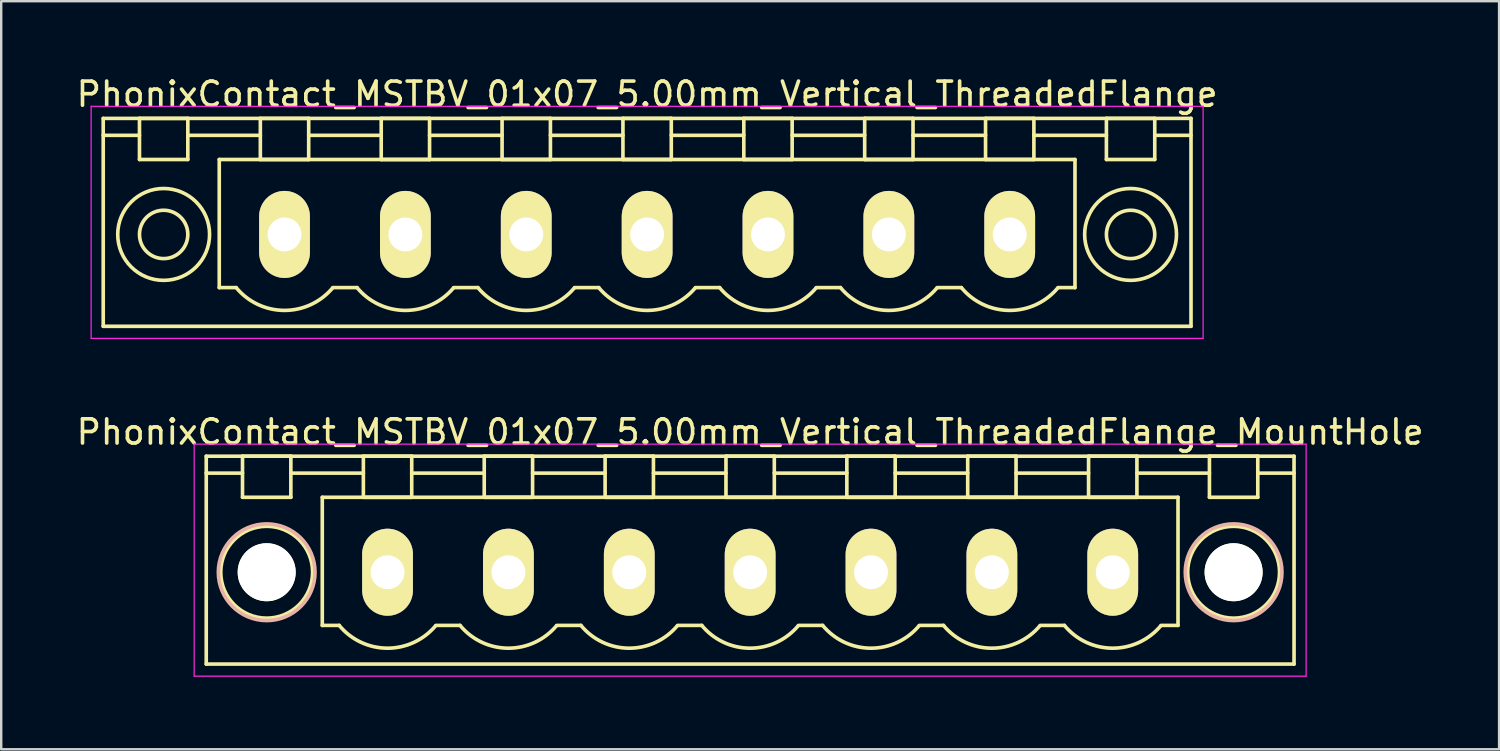
<source format=kicad_pcb>
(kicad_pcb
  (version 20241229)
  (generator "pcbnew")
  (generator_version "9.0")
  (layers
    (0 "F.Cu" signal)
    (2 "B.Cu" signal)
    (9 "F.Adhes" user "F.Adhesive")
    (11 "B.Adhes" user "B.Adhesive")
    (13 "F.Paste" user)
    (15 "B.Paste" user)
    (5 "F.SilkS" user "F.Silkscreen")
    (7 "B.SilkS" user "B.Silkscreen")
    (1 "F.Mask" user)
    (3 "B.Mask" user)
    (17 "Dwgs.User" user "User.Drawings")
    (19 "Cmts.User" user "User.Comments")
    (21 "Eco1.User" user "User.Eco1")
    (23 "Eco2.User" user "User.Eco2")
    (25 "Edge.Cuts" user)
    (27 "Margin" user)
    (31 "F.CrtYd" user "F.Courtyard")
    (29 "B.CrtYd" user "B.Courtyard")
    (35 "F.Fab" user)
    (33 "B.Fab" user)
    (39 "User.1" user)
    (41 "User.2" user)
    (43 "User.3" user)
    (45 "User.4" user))
  (footprint "PhonixContact_MSTBV_01x07_5.00mm_Vertical_ThreadedFlange"
    (layer "F.Cu")
    (at 8.72 6.648)
    (property "Reference" "PhonixContact_MSTBV_01x07_5.00mm_Vertical_ThreadedFlange" (at 15 -5.8 0) (layer "F.SilkS") (effects (font (size 1 1) (thickness 0.15))))
    (attr through_hole)
    (fp_line (start -7.5 -4.8) (end -7.5 3.8) (stroke (width 0.15) (type solid)) (layer "F.SilkS"))
    (fp_line (start -7.5 -4.1) (end -6 -4.1) (stroke (width 0.15) (type solid)) (layer "F.SilkS"))
    (fp_line (start -7.5 3.8) (end 37.5 3.8) (stroke (width 0.15) (type solid)) (layer "F.SilkS"))
    (fp_line (start -6 -4.8) (end -4 -4.8) (stroke (width 0.15) (type solid)) (layer "F.SilkS"))
    (fp_line (start -6 -3.1) (end -6 -4.8) (stroke (width 0.15) (type solid)) (layer "F.SilkS"))
    (fp_line (start -4 -4.8) (end -4 -3.1) (stroke (width 0.15) (type solid)) (layer "F.SilkS"))
    (fp_line (start -4 -4.1) (end -1 -4.1) (stroke (width 0.15) (type solid)) (layer "F.SilkS"))
    (fp_line (start -4 -3.1) (end -6 -3.1) (stroke (width 0.15) (type solid)) (layer "F.SilkS"))
    (fp_line (start -2.7 -3.1) (end 32.7 -3.1) (stroke (width 0.15) (type solid)) (layer "F.SilkS"))
    (fp_line (start -2.7 2.2) (end -2.7 -3.1) (stroke (width 0.15) (type solid)) (layer "F.SilkS"))
    (fp_line (start -2 2.2) (end -2.7 2.2) (stroke (width 0.15) (type solid)) (layer "F.SilkS"))
    (fp_line (start -1 -4.8) (end 1 -4.8) (stroke (width 0.15) (type solid)) (layer "F.SilkS"))
    (fp_line (start -1 -3.1) (end -1 -4.8) (stroke (width 0.15) (type solid)) (layer "F.SilkS"))
    (fp_line (start 1 -4.8) (end 1 -3.1) (stroke (width 0.15) (type solid)) (layer "F.SilkS"))
    (fp_line (start 1 -4.1) (end 4 -4.1) (stroke (width 0.15) (type solid)) (layer "F.SilkS"))
    (fp_line (start 1 -3.1) (end -1 -3.1) (stroke (width 0.15) (type solid)) (layer "F.SilkS"))
    (fp_line (start 2 2.2) (end 3 2.2) (stroke (width 0.15) (type solid)) (layer "F.SilkS"))
    (fp_line (start 4 -4.8) (end 6 -4.8) (stroke (width 0.15) (type solid)) (layer "F.SilkS"))
    (fp_line (start 4 -3.1) (end 4 -4.8) (stroke (width 0.15) (type solid)) (layer "F.SilkS"))
    (fp_line (start 6 -4.8) (end 6 -3.1) (stroke (width 0.15) (type solid)) (layer "F.SilkS"))
    (fp_line (start 6 -4.1) (end 9 -4.1) (stroke (width 0.15) (type solid)) (layer "F.SilkS"))
    (fp_line (start 6 -3.1) (end 4 -3.1) (stroke (width 0.15) (type solid)) (layer "F.SilkS"))
    (fp_line (start 7 2.2) (end 8 2.2) (stroke (width 0.15) (type solid)) (layer "F.SilkS"))
    (fp_line (start 9 -4.8) (end 11 -4.8) (stroke (width 0.15) (type solid)) (layer "F.SilkS"))
    (fp_line (start 9 -3.1) (end 9 -4.8) (stroke (width 0.15) (type solid)) (layer "F.SilkS"))
    (fp_line (start 11 -4.8) (end 11 -3.1) (stroke (width 0.15) (type solid)) (layer "F.SilkS"))
    (fp_line (start 11 -4.1) (end 14 -4.1) (stroke (width 0.15) (type solid)) (layer "F.SilkS"))
    (fp_line (start 11 -3.1) (end 9 -3.1) (stroke (width 0.15) (type solid)) (layer "F.SilkS"))
    (fp_line (start 12 2.2) (end 13 2.2) (stroke (width 0.15) (type solid)) (layer "F.SilkS"))
    (fp_line (start 14 -4.8) (end 16 -4.8) (stroke (width 0.15) (type solid)) (layer "F.SilkS"))
    (fp_line (start 14 -3.1) (end 14 -4.8) (stroke (width 0.15) (type solid)) (layer "F.SilkS"))
    (fp_line (start 16 -4.8) (end 16 -3.1) (stroke (width 0.15) (type solid)) (layer "F.SilkS"))
    (fp_line (start 16 -4.1) (end 19 -4.1) (stroke (width 0.15) (type solid)) (layer "F.SilkS"))
    (fp_line (start 16 -3.1) (end 14 -3.1) (stroke (width 0.15) (type solid)) (layer "F.SilkS"))
    (fp_line (start 17 2.2) (end 18 2.2) (stroke (width 0.15) (type solid)) (layer "F.SilkS"))
    (fp_line (start 19 -4.8) (end 21 -4.8) (stroke (width 0.15) (type solid)) (layer "F.SilkS"))
    (fp_line (start 19 -3.1) (end 19 -4.8) (stroke (width 0.15) (type solid)) (layer "F.SilkS"))
    (fp_line (start 21 -4.8) (end 21 -3.1) (stroke (width 0.15) (type solid)) (layer "F.SilkS"))
    (fp_line (start 21 -4.1) (end 24 -4.1) (stroke (width 0.15) (type solid)) (layer "F.SilkS"))
    (fp_line (start 21 -3.1) (end 19 -3.1) (stroke (width 0.15) (type solid)) (layer "F.SilkS"))
    (fp_line (start 22 2.2) (end 23 2.2) (stroke (width 0.15) (type solid)) (layer "F.SilkS"))
    (fp_line (start 24 -4.8) (end 26 -4.8) (stroke (width 0.15) (type solid)) (layer "F.SilkS"))
    (fp_line (start 24 -3.1) (end 24 -4.8) (stroke (width 0.15) (type solid)) (layer "F.SilkS"))
    (fp_line (start 26 -4.8) (end 26 -3.1) (stroke (width 0.15) (type solid)) (layer "F.SilkS"))
    (fp_line (start 26 -4.1) (end 29 -4.1) (stroke (width 0.15) (type solid)) (layer "F.SilkS"))
    (fp_line (start 26 -3.1) (end 24 -3.1) (stroke (width 0.15) (type solid)) (layer "F.SilkS"))
    (fp_line (start 27 2.2) (end 28 2.2) (stroke (width 0.15) (type solid)) (layer "F.SilkS"))
    (fp_line (start 29 -4.8) (end 31 -4.8) (stroke (width 0.15) (type solid)) (layer "F.SilkS"))
    (fp_line (start 29 -3.1) (end 29 -4.8) (stroke (width 0.15) (type solid)) (layer "F.SilkS"))
    (fp_line (start 31 -4.8) (end 31 -3.1) (stroke (width 0.15) (type solid)) (layer "F.SilkS"))
    (fp_line (start 31 -4.1) (end 34 -4.1) (stroke (width 0.15) (type solid)) (layer "F.SilkS"))
    (fp_line (start 31 -3.1) (end 29 -3.1) (stroke (width 0.15) (type solid)) (layer "F.SilkS"))
    (fp_line (start 32.7 -3.1) (end 32.7 2.2) (stroke (width 0.15) (type solid)) (layer "F.SilkS"))
    (fp_line (start 32.7 2.2) (end 32 2.2) (stroke (width 0.15) (type solid)) (layer "F.SilkS"))
    (fp_line (start 34 -4.8) (end 36 -4.8) (stroke (width 0.15) (type solid)) (layer "F.SilkS"))
    (fp_line (start 34 -3.1) (end 34 -4.8) (stroke (width 0.15) (type solid)) (layer "F.SilkS"))
    (fp_line (start 36 -4.8) (end 36 -3.1) (stroke (width 0.15) (type solid)) (layer "F.SilkS"))
    (fp_line (start 36 -3.1) (end 34 -3.1) (stroke (width 0.15) (type solid)) (layer "F.SilkS"))
    (fp_line (start 37.5 -4.8) (end -7.5 -4.8) (stroke (width 0.15) (type solid)) (layer "F.SilkS"))
    (fp_line (start 37.5 -4.1) (end 36 -4.1) (stroke (width 0.15) (type solid)) (layer "F.SilkS"))
    (fp_line (start 37.5 3.8) (end 37.5 -4.8) (stroke (width 0.15) (type solid)) (layer "F.SilkS"))
    (fp_arc (start 1.986842 2.215821) (mid -0.010289 3.142758) (end -2 2.2) (stroke (width 0.15) (type solid)) (layer "F.SilkS"))
    (fp_arc (start 6.986842 2.215821) (mid 4.989711 3.142758) (end 3 2.2) (stroke (width 0.15) (type solid)) (layer "F.SilkS"))
    (fp_arc (start 11.986842 2.215821) (mid 9.989711 3.142758) (end 8 2.2) (stroke (width 0.15) (type solid)) (layer "F.SilkS"))
    (fp_arc (start 16.986842 2.215821) (mid 14.989711 3.142758) (end 13 2.2) (stroke (width 0.15) (type solid)) (layer "F.SilkS"))
    (fp_arc (start 21.986842 2.215821) (mid 19.989711 3.142758) (end 18 2.2) (stroke (width 0.15) (type solid)) (layer "F.SilkS"))
    (fp_arc (start 26.986842 2.215821) (mid 24.989711 3.142758) (end 23 2.2) (stroke (width 0.15) (type solid)) (layer "F.SilkS"))
    (fp_arc (start 31.986842 2.215821) (mid 29.989711 3.142758) (end 28 2.2) (stroke (width 0.15) (type solid)) (layer "F.SilkS"))
    (fp_circle (center -5 0) (end -4 0) (stroke (width 0.15) (type solid)) (fill no) (layer "F.SilkS"))
    (fp_circle (center -5 0) (end -3.1 0) (stroke (width 0.15) (type solid)) (fill no) (layer "F.SilkS"))
    (fp_circle (center 35 0) (end 36 0) (stroke (width 0.15) (type solid)) (fill no) (layer "F.SilkS"))
    (fp_circle (center 35 0) (end 36.9 0) (stroke (width 0.15) (type solid)) (fill no) (layer "F.SilkS"))
    (fp_line (start -8 -5.3) (end -8 4.3) (stroke (width 0.05) (type solid)) (layer "F.CrtYd"))
    (fp_line (start -8 4.3) (end 38 4.3) (stroke (width 0.05) (type solid)) (layer "F.CrtYd"))
    (fp_line (start 38 -5.3) (end -8 -5.3) (stroke (width 0.05) (type solid)) (layer "F.CrtYd"))
    (fp_line (start 38 4.3) (end 38 -5.3) (stroke (width 0.05) (type solid)) (layer "F.CrtYd"))
    (pad "1" thru_hole oval (at 0 0) (size 2.1 3.6) (drill 1.4) (layers "*.Cu" "*.Mask" "F.SilkS"))
    (pad "2" thru_hole oval (at 5 0) (size 2.1 3.6) (drill 1.4) (layers "*.Cu" "*.Mask" "F.SilkS"))
    (pad "3" thru_hole oval (at 10 0) (size 2.1 3.6) (drill 1.4) (layers "*.Cu" "*.Mask" "F.SilkS"))
    (pad "4" thru_hole oval (at 15 0) (size 2.1 3.6) (drill 1.4) (layers "*.Cu" "*.Mask" "F.SilkS"))
    (pad "5" thru_hole oval (at 20 0) (size 2.1 3.6) (drill 1.4) (layers "*.Cu" "*.Mask" "F.SilkS"))
    (pad "6" thru_hole oval (at 25 0) (size 2.1 3.6) (drill 1.4) (layers "*.Cu" "*.Mask" "F.SilkS"))
    (pad "7" thru_hole oval (at 30 0) (size 2.1 3.6) (drill 1.4) (layers "*.Cu" "*.Mask" "F.SilkS")))
  (footprint "PhonixContact_MSTBV_01x07_5.00mm_Vertical_ThreadedFlange_MountHole"
    (layer "F.Cu")
    (at 12.982 20.622)
    (property "Reference" "PhonixContact_MSTBV_01x07_5.00mm_Vertical_ThreadedFlange_MountHole" (at 15 -5.8 0) (layer "F.SilkS") (effects (font (size 1 1) (thickness 0.15))))
    (attr through_hole)
    (fp_line (start -7.5 -4.8) (end -7.5 3.8) (stroke (width 0.15) (type solid)) (layer "F.SilkS"))
    (fp_line (start -7.5 -4.1) (end -6 -4.1) (stroke (width 0.15) (type solid)) (layer "F.SilkS"))
    (fp_line (start -7.5 3.8) (end 37.5 3.8) (stroke (width 0.15) (type solid)) (layer "F.SilkS"))
    (fp_line (start -6 -4.8) (end -4 -4.8) (stroke (width 0.15) (type solid)) (layer "F.SilkS"))
    (fp_line (start -6 -3.1) (end -6 -4.8) (stroke (width 0.15) (type solid)) (layer "F.SilkS"))
    (fp_line (start -4 -4.8) (end -4 -3.1) (stroke (width 0.15) (type solid)) (layer "F.SilkS"))
    (fp_line (start -4 -4.1) (end -1 -4.1) (stroke (width 0.15) (type solid)) (layer "F.SilkS"))
    (fp_line (start -4 -3.1) (end -6 -3.1) (stroke (width 0.15) (type solid)) (layer "F.SilkS"))
    (fp_line (start -2.7 -3.1) (end 32.7 -3.1) (stroke (width 0.15) (type solid)) (layer "F.SilkS"))
    (fp_line (start -2.7 2.2) (end -2.7 -3.1) (stroke (width 0.15) (type solid)) (layer "F.SilkS"))
    (fp_line (start -2 2.2) (end -2.7 2.2) (stroke (width 0.15) (type solid)) (layer "F.SilkS"))
    (fp_line (start -1 -4.8) (end 1 -4.8) (stroke (width 0.15) (type solid)) (layer "F.SilkS"))
    (fp_line (start -1 -3.1) (end -1 -4.8) (stroke (width 0.15) (type solid)) (layer "F.SilkS"))
    (fp_line (start 1 -4.8) (end 1 -3.1) (stroke (width 0.15) (type solid)) (layer "F.SilkS"))
    (fp_line (start 1 -4.1) (end 4 -4.1) (stroke (width 0.15) (type solid)) (layer "F.SilkS"))
    (fp_line (start 1 -3.1) (end -1 -3.1) (stroke (width 0.15) (type solid)) (layer "F.SilkS"))
    (fp_line (start 2 2.2) (end 3 2.2) (stroke (width 0.15) (type solid)) (layer "F.SilkS"))
    (fp_line (start 4 -4.8) (end 6 -4.8) (stroke (width 0.15) (type solid)) (layer "F.SilkS"))
    (fp_line (start 4 -3.1) (end 4 -4.8) (stroke (width 0.15) (type solid)) (layer "F.SilkS"))
    (fp_line (start 6 -4.8) (end 6 -3.1) (stroke (width 0.15) (type solid)) (layer "F.SilkS"))
    (fp_line (start 6 -4.1) (end 9 -4.1) (stroke (width 0.15) (type solid)) (layer "F.SilkS"))
    (fp_line (start 6 -3.1) (end 4 -3.1) (stroke (width 0.15) (type solid)) (layer "F.SilkS"))
    (fp_line (start 7 2.2) (end 8 2.2) (stroke (width 0.15) (type solid)) (layer "F.SilkS"))
    (fp_line (start 9 -4.8) (end 11 -4.8) (stroke (width 0.15) (type solid)) (layer "F.SilkS"))
    (fp_line (start 9 -3.1) (end 9 -4.8) (stroke (width 0.15) (type solid)) (layer "F.SilkS"))
    (fp_line (start 11 -4.8) (end 11 -3.1) (stroke (width 0.15) (type solid)) (layer "F.SilkS"))
    (fp_line (start 11 -4.1) (end 14 -4.1) (stroke (width 0.15) (type solid)) (layer "F.SilkS"))
    (fp_line (start 11 -3.1) (end 9 -3.1) (stroke (width 0.15) (type solid)) (layer "F.SilkS"))
    (fp_line (start 12 2.2) (end 13 2.2) (stroke (width 0.15) (type solid)) (layer "F.SilkS"))
    (fp_line (start 14 -4.8) (end 16 -4.8) (stroke (width 0.15) (type solid)) (layer "F.SilkS"))
    (fp_line (start 14 -3.1) (end 14 -4.8) (stroke (width 0.15) (type solid)) (layer "F.SilkS"))
    (fp_line (start 16 -4.8) (end 16 -3.1) (stroke (width 0.15) (type solid)) (layer "F.SilkS"))
    (fp_line (start 16 -4.1) (end 19 -4.1) (stroke (width 0.15) (type solid)) (layer "F.SilkS"))
    (fp_line (start 16 -3.1) (end 14 -3.1) (stroke (width 0.15) (type solid)) (layer "F.SilkS"))
    (fp_line (start 17 2.2) (end 18 2.2) (stroke (width 0.15) (type solid)) (layer "F.SilkS"))
    (fp_line (start 19 -4.8) (end 21 -4.8) (stroke (width 0.15) (type solid)) (layer "F.SilkS"))
    (fp_line (start 19 -3.1) (end 19 -4.8) (stroke (width 0.15) (type solid)) (layer "F.SilkS"))
    (fp_line (start 21 -4.8) (end 21 -3.1) (stroke (width 0.15) (type solid)) (layer "F.SilkS"))
    (fp_line (start 21 -4.1) (end 24 -4.1) (stroke (width 0.15) (type solid)) (layer "F.SilkS"))
    (fp_line (start 21 -3.1) (end 19 -3.1) (stroke (width 0.15) (type solid)) (layer "F.SilkS"))
    (fp_line (start 22 2.2) (end 23 2.2) (stroke (width 0.15) (type solid)) (layer "F.SilkS"))
    (fp_line (start 24 -4.8) (end 26 -4.8) (stroke (width 0.15) (type solid)) (layer "F.SilkS"))
    (fp_line (start 24 -3.1) (end 24 -4.8) (stroke (width 0.15) (type solid)) (layer "F.SilkS"))
    (fp_line (start 26 -4.8) (end 26 -3.1) (stroke (width 0.15) (type solid)) (layer "F.SilkS"))
    (fp_line (start 26 -4.1) (end 29 -4.1) (stroke (width 0.15) (type solid)) (layer "F.SilkS"))
    (fp_line (start 26 -3.1) (end 24 -3.1) (stroke (width 0.15) (type solid)) (layer "F.SilkS"))
    (fp_line (start 27 2.2) (end 28 2.2) (stroke (width 0.15) (type solid)) (layer "F.SilkS"))
    (fp_line (start 29 -4.8) (end 31 -4.8) (stroke (width 0.15) (type solid)) (layer "F.SilkS"))
    (fp_line (start 29 -3.1) (end 29 -4.8) (stroke (width 0.15) (type solid)) (layer "F.SilkS"))
    (fp_line (start 31 -4.8) (end 31 -3.1) (stroke (width 0.15) (type solid)) (layer "F.SilkS"))
    (fp_line (start 31 -4.1) (end 34 -4.1) (stroke (width 0.15) (type solid)) (layer "F.SilkS"))
    (fp_line (start 31 -3.1) (end 29 -3.1) (stroke (width 0.15) (type solid)) (layer "F.SilkS"))
    (fp_line (start 32.7 -3.1) (end 32.7 2.2) (stroke (width 0.15) (type solid)) (layer "F.SilkS"))
    (fp_line (start 32.7 2.2) (end 32 2.2) (stroke (width 0.15) (type solid)) (layer "F.SilkS"))
    (fp_line (start 34 -4.8) (end 36 -4.8) (stroke (width 0.15) (type solid)) (layer "F.SilkS"))
    (fp_line (start 34 -3.1) (end 34 -4.8) (stroke (width 0.15) (type solid)) (layer "F.SilkS"))
    (fp_line (start 36 -4.8) (end 36 -3.1) (stroke (width 0.15) (type solid)) (layer "F.SilkS"))
    (fp_line (start 36 -3.1) (end 34 -3.1) (stroke (width 0.15) (type solid)) (layer "F.SilkS"))
    (fp_line (start 37.5 -4.8) (end -7.5 -4.8) (stroke (width 0.15) (type solid)) (layer "F.SilkS"))
    (fp_line (start 37.5 -4.1) (end 36 -4.1) (stroke (width 0.15) (type solid)) (layer "F.SilkS"))
    (fp_line (start 37.5 3.8) (end 37.5 -4.8) (stroke (width 0.15) (type solid)) (layer "F.SilkS"))
    (fp_arc (start 1.986842 2.215821) (mid -0.010289 3.142758) (end -2 2.2) (stroke (width 0.15) (type solid)) (layer "F.SilkS"))
    (fp_arc (start 6.986842 2.215821) (mid 4.989711 3.142758) (end 3 2.2) (stroke (width 0.15) (type solid)) (layer "F.SilkS"))
    (fp_arc (start 11.986842 2.215821) (mid 9.989711 3.142758) (end 8 2.2) (stroke (width 0.15) (type solid)) (layer "F.SilkS"))
    (fp_arc (start 16.986842 2.215821) (mid 14.989711 3.142758) (end 13 2.2) (stroke (width 0.15) (type solid)) (layer "F.SilkS"))
    (fp_arc (start 21.986842 2.215821) (mid 19.989711 3.142758) (end 18 2.2) (stroke (width 0.15) (type solid)) (layer "F.SilkS"))
    (fp_arc (start 26.986842 2.215821) (mid 24.989711 3.142758) (end 23 2.2) (stroke (width 0.15) (type solid)) (layer "F.SilkS"))
    (fp_arc (start 31.986842 2.215821) (mid 29.989711 3.142758) (end 28 2.2) (stroke (width 0.15) (type solid)) (layer "F.SilkS"))
    (fp_circle (center -5 0) (end -4 0) (stroke (width 0.15) (type solid)) (fill no) (layer "F.SilkS"))
    (fp_circle (center -5 0) (end -3.1 0) (stroke (width 0.15) (type solid)) (fill no) (layer "F.SilkS"))
    (fp_circle (center 35 0) (end 36 0) (stroke (width 0.15) (type solid)) (fill no) (layer "F.SilkS"))
    (fp_circle (center 35 0) (end 36.9 0) (stroke (width 0.15) (type solid)) (fill no) (layer "F.SilkS"))
    (fp_circle (center -5 0) (end -3 0) (stroke (width 0.15) (type solid)) (fill no) (layer "B.SilkS"))
    (fp_circle (center 35 0) (end 37 0) (stroke (width 0.15) (type solid)) (fill no) (layer "B.SilkS"))
    (fp_line (start -8 -5.3) (end -8 4.3) (stroke (width 0.05) (type solid)) (layer "F.CrtYd"))
    (fp_line (start -8 4.3) (end 38 4.3) (stroke (width 0.05) (type solid)) (layer "F.CrtYd"))
    (fp_line (start 38 -5.3) (end -8 -5.3) (stroke (width 0.05) (type solid)) (layer "F.CrtYd"))
    (fp_line (start 38 4.3) (end 38 -5.3) (stroke (width 0.05) (type solid)) (layer "F.CrtYd"))
    (pad "" np_thru_hole circle (at -5 0) (size 2.4 2.4) (drill 2.4) (layers "*.Cu" "*.Mask" "F.SilkS"))
    (pad "" np_thru_hole circle (at 35 0) (size 2.4 2.4) (drill 2.4) (layers "*.Cu" "*.Mask" "F.SilkS"))
    (pad "1" thru_hole oval (at 0 0) (size 2.1 3.6) (drill 1.4) (layers "*.Cu" "*.Mask" "F.SilkS"))
    (pad "2" thru_hole oval (at 5 0) (size 2.1 3.6) (drill 1.4) (layers "*.Cu" "*.Mask" "F.SilkS"))
    (pad "3" thru_hole oval (at 10 0) (size 2.1 3.6) (drill 1.4) (layers "*.Cu" "*.Mask" "F.SilkS"))
    (pad "4" thru_hole oval (at 15 0) (size 2.1 3.6) (drill 1.4) (layers "*.Cu" "*.Mask" "F.SilkS"))
    (pad "5" thru_hole oval (at 20 0) (size 2.1 3.6) (drill 1.4) (layers "*.Cu" "*.Mask" "F.SilkS"))
    (pad "6" thru_hole oval (at 25 0) (size 2.1 3.6) (drill 1.4) (layers "*.Cu" "*.Mask" "F.SilkS"))
    (pad "7" thru_hole oval (at 30 0) (size 2.1 3.6) (drill 1.4) (layers "*.Cu" "*.Mask" "F.SilkS")))
  (gr_rect
    (start -3 -3)
    (end 58.964 27.947)
    (stroke (width 0.1) (type default))
    (fill no)
    (layer "Edge.Cuts")))
</source>
